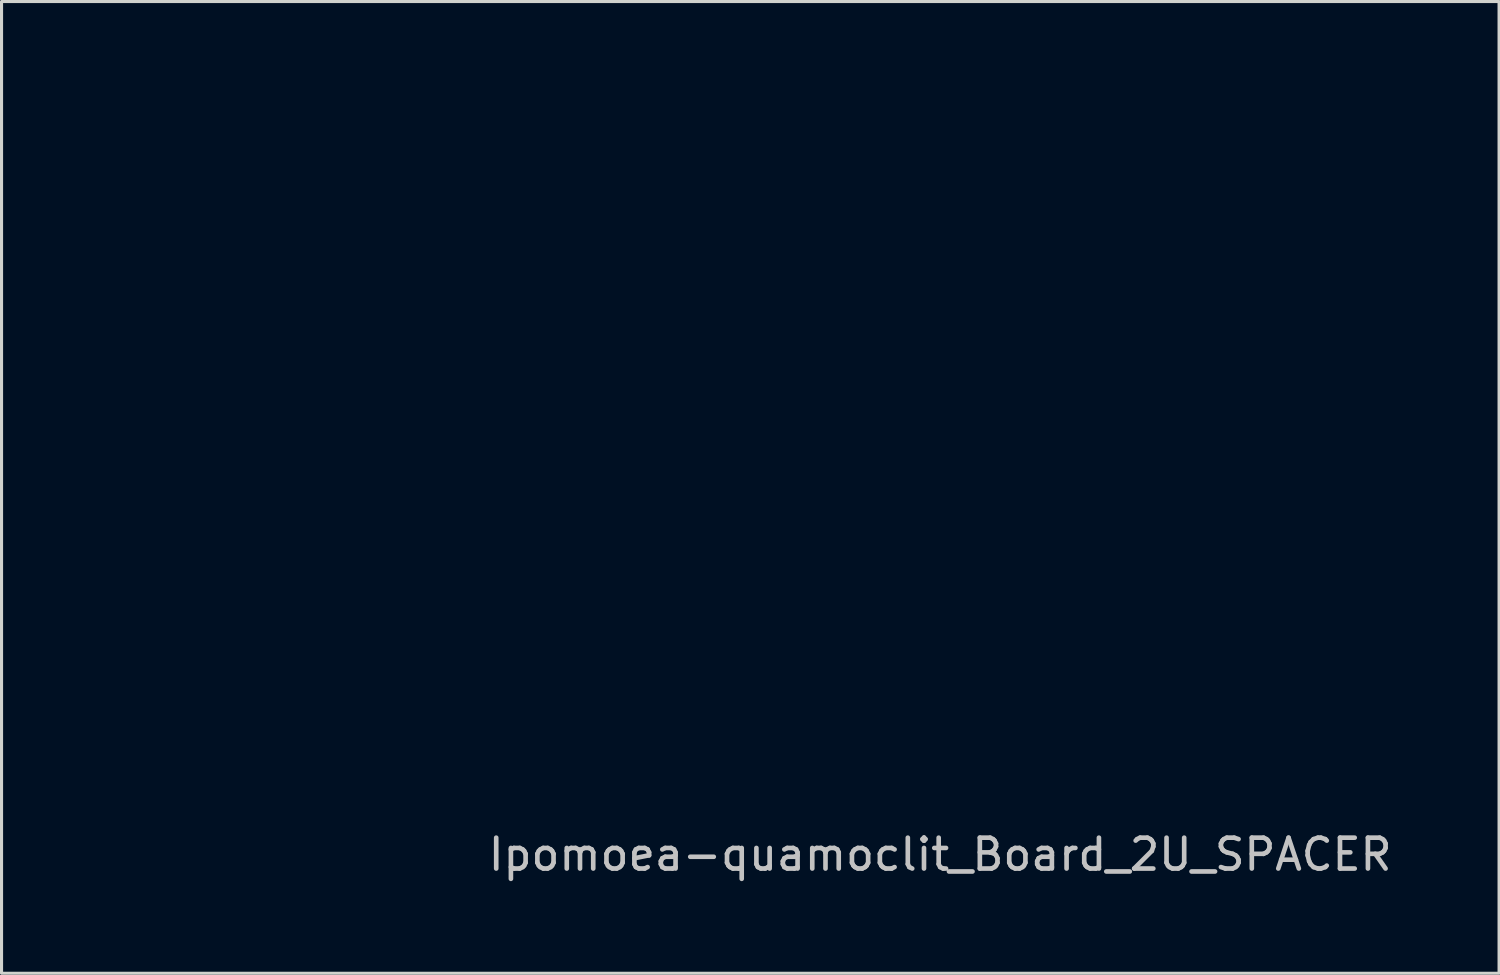
<source format=kicad_pcb>
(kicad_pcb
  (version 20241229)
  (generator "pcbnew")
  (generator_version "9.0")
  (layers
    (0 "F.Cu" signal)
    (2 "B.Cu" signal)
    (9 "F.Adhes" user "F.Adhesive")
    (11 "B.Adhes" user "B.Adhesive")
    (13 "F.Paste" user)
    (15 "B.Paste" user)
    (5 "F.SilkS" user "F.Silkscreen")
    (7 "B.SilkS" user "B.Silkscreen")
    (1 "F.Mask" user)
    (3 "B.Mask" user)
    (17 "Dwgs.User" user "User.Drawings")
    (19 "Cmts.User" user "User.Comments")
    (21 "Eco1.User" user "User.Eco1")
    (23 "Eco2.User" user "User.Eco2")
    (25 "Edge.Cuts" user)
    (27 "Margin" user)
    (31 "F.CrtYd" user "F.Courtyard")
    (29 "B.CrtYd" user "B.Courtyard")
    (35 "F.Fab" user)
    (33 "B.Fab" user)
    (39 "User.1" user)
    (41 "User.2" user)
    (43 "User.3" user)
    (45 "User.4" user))
  (footprint "Ipomoea-quamoclit_Board_2U_SPACER"
    (layer "F.Cu")
    (at 21.055 11.93)
    (property "Reference" "Ipomoea-quamoclit_Board_2U_SPACER" (at 6.35 12.7 0) (layer "Dwgs.User") (effects (font (size 1 1) (thickness 0.15))))
    (attr through_hole)
    (fp_circle (center -19.05 -9.525) (end -19.05 -7.525) (stroke (width 0.01) (type solid)) (fill no) (layer "Eco1.User"))
    (fp_circle (center -19.05 -6.35) (end -19.05 -4.35) (stroke (width 0.01) (type solid)) (fill no) (layer "Eco1.User"))
    (fp_circle (center -19.05 -3.175) (end -19.05 -1.175) (stroke (width 0.01) (type solid)) (fill no) (layer "Eco1.User"))
    (fp_circle (center -19.05 0) (end -19.05 2) (stroke (width 0.01) (type solid)) (fill no) (layer "Eco1.User"))
    (fp_circle (center -19.05 3.175) (end -19.05 5.175) (stroke (width 0.01) (type solid)) (fill no) (layer "Eco1.User"))
    (fp_circle (center -19.05 6.35) (end -19.05 8.35) (stroke (width 0.01) (type solid)) (fill no) (layer "Eco1.User"))
    (fp_circle (center -19.05 9.525) (end -19.05 11.525) (stroke (width 0.01) (type solid)) (fill no) (layer "Eco1.User"))
    (fp_circle (center -15.875 -9.525) (end -15.875 -7.525) (stroke (width 0.01) (type solid)) (fill no) (layer "Eco1.User"))
    (fp_circle (center -15.875 -9.525) (end -13.475 -9.525) (stroke (width 0.01) (type solid)) (fill no) (layer "Eco1.User"))
    (fp_circle (center -15.875 9.525) (end -15.875 11.525) (stroke (width 0.01) (type solid)) (fill no) (layer "Eco1.User"))
    (fp_circle (center -12.7 -9.525) (end -12.7 -7.525) (stroke (width 0.01) (type solid)) (fill no) (layer "Eco1.User"))
    (fp_circle (center -12.7 9.525) (end -12.7 7.525) (stroke (width 0.01) (type solid)) (fill no) (layer "Eco1.User"))
    (fp_circle (center -9.525 -9.525) (end -8.025 -9.525) (stroke (width 0.01) (type solid)) (fill no) (layer "Eco1.User"))
    (fp_circle (center -9.525 -9.525) (end -7.525 -9.525) (stroke (width 0.01) (type solid)) (fill no) (layer "Eco1.User"))
    (fp_circle (center -9.525 -9.525) (end -7.125 -9.525) (stroke (width 0.01) (type solid)) (fill no) (layer "Eco1.User"))
    (fp_circle (center -9.525 9.525) (end -11.025 9.525) (stroke (width 0.01) (type solid)) (fill no) (layer "Eco1.User"))
    (fp_circle (center -9.525 9.525) (end -8.025 9.525) (stroke (width 0.01) (type solid)) (fill no) (layer "Eco1.User"))
    (fp_circle (center -9.525 9.525) (end -7.525 9.525) (stroke (width 0.01) (type solid)) (fill no) (layer "Eco1.User"))
    (fp_circle (center -9.525 9.525) (end -7.125 9.525) (stroke (width 0.01) (type solid)) (fill no) (layer "Eco1.User"))
    (fp_circle (center -6.35 -9.525) (end -6.35 -11.525) (stroke (width 0.01) (type solid)) (fill no) (layer "Eco1.User"))
    (fp_circle (center -6.35 9.525) (end -6.35 7.525) (stroke (width 0.01) (type solid)) (fill no) (layer "Eco1.User"))
    (fp_circle (center -3.175 -9.525) (end -3.175 -11.525) (stroke (width 0.01) (type solid)) (fill no) (layer "Eco1.User"))
    (fp_circle (center -3.175 9.525) (end -3.175 7.525) (stroke (width 0.01) (type solid)) (fill no) (layer "Eco1.User"))
    (fp_circle (center 0 -9.525) (end 1.5 -9.525) (stroke (width 0.01) (type solid)) (fill no) (layer "Eco1.User"))
    (fp_circle (center 0 -9.525) (end 2 -9.525) (stroke (width 0.01) (type solid)) (fill no) (layer "Eco1.User"))
    (fp_circle (center 0 -9.525) (end 2.4 -9.525) (stroke (width 0.01) (type solid)) (fill no) (layer "Eco1.User"))
    (fp_circle (center 0 9.525) (end 1.5 9.525) (stroke (width 0.01) (type solid)) (fill no) (layer "Eco1.User"))
    (fp_circle (center 0 9.525) (end 2 9.525) (stroke (width 0.01) (type solid)) (fill no) (layer "Eco1.User"))
    (fp_circle (center 0 9.525) (end 2.4 9.525) (stroke (width 0.01) (type solid)) (fill no) (layer "Eco1.User"))
    (fp_circle (center 3.175 -9.525) (end 3.175 -11.525) (stroke (width 0.01) (type solid)) (fill no) (layer "Eco1.User"))
    (fp_circle (center 3.175 9.525) (end 3.175 7.525) (stroke (width 0.01) (type solid)) (fill no) (layer "Eco1.User"))
    (fp_circle (center 6.35 -9.525) (end 6.35 -11.525) (stroke (width 0.01) (type solid)) (fill no) (layer "Eco1.User"))
    (fp_circle (center 6.35 9.525) (end 6.35 7.525) (stroke (width 0.01) (type solid)) (fill no) (layer "Eco1.User"))
    (fp_circle (center 9.525 -9.525) (end 11.025 -9.525) (stroke (width 0.01) (type solid)) (fill no) (layer "Eco1.User"))
    (fp_circle (center 9.525 -9.525) (end 11.525 -9.525) (stroke (width 0.01) (type solid)) (fill no) (layer "Eco1.User"))
    (fp_circle (center 9.525 -9.525) (end 11.925 -9.525) (stroke (width 0.01) (type solid)) (fill no) (layer "Eco1.User"))
    (fp_circle (center 9.525 9.525) (end 11.025 9.525) (stroke (width 0.01) (type solid)) (fill no) (layer "Eco1.User"))
    (fp_circle (center 9.525 9.525) (end 11.525 9.525) (stroke (width 0.01) (type solid)) (fill no) (layer "Eco1.User"))
    (fp_circle (center 9.525 9.525) (end 11.925 9.525) (stroke (width 0.01) (type solid)) (fill no) (layer "Eco1.User"))
    (fp_circle (center 12.7 -9.525) (end 14.7 -9.525) (stroke (width 0.01) (type solid)) (fill no) (layer "Eco1.User"))
    (fp_circle (center 12.7 9.525) (end 14.7 9.525) (stroke (width 0.01) (type solid)) (fill no) (layer "Eco1.User"))
    (fp_circle (center 15.875 -9.525) (end 15.875 -7.525) (stroke (width 0.01) (type solid)) (fill no) (layer "Eco1.User"))
    (fp_circle (center 15.875 -9.525) (end 18.275 -9.525) (stroke (width 0.01) (type solid)) (fill no) (layer "Eco1.User"))
    (fp_circle (center 15.875 9.525) (end 15.875 11.525) (stroke (width 0.01) (type solid)) (fill no) (layer "Eco1.User"))
    (fp_circle (center 19.05 -9.525) (end 19.05 -7.525) (stroke (width 0.01) (type solid)) (fill no) (layer "Eco1.User"))
    (fp_circle (center 19.05 -6.35) (end 19.05 -4.35) (stroke (width 0.01) (type solid)) (fill no) (layer "Eco1.User"))
    (fp_circle (center 19.05 -3.175) (end 19.05 -1.175) (stroke (width 0.01) (type solid)) (fill no) (layer "Eco1.User"))
    (fp_circle (center 19.05 0) (end 19.05 2) (stroke (width 0.01) (type solid)) (fill no) (layer "Eco1.User"))
    (fp_circle (center 19.05 3.175) (end 19.05 5.175) (stroke (width 0.01) (type solid)) (fill no) (layer "Eco1.User"))
    (fp_circle (center 19.05 6.35) (end 19.05 8.35) (stroke (width 0.01) (type solid)) (fill no) (layer "Eco1.User"))
    (fp_circle (center 19.05 9.525) (end 19.05 11.525) (stroke (width 0.01) (type solid)) (fill no) (layer "Eco1.User"))
    (fp_circle (center 19.05 9.525) (end 21.45 9.525) (stroke (width 0.01) (type solid)) (fill no) (layer "Eco1.User")))
  (gr_rect
    (start -3 -3)
    (end 45.51 28.478)
    (stroke (width 0.1) (type default))
    (fill no)
    (layer "Edge.Cuts")))
</source>
